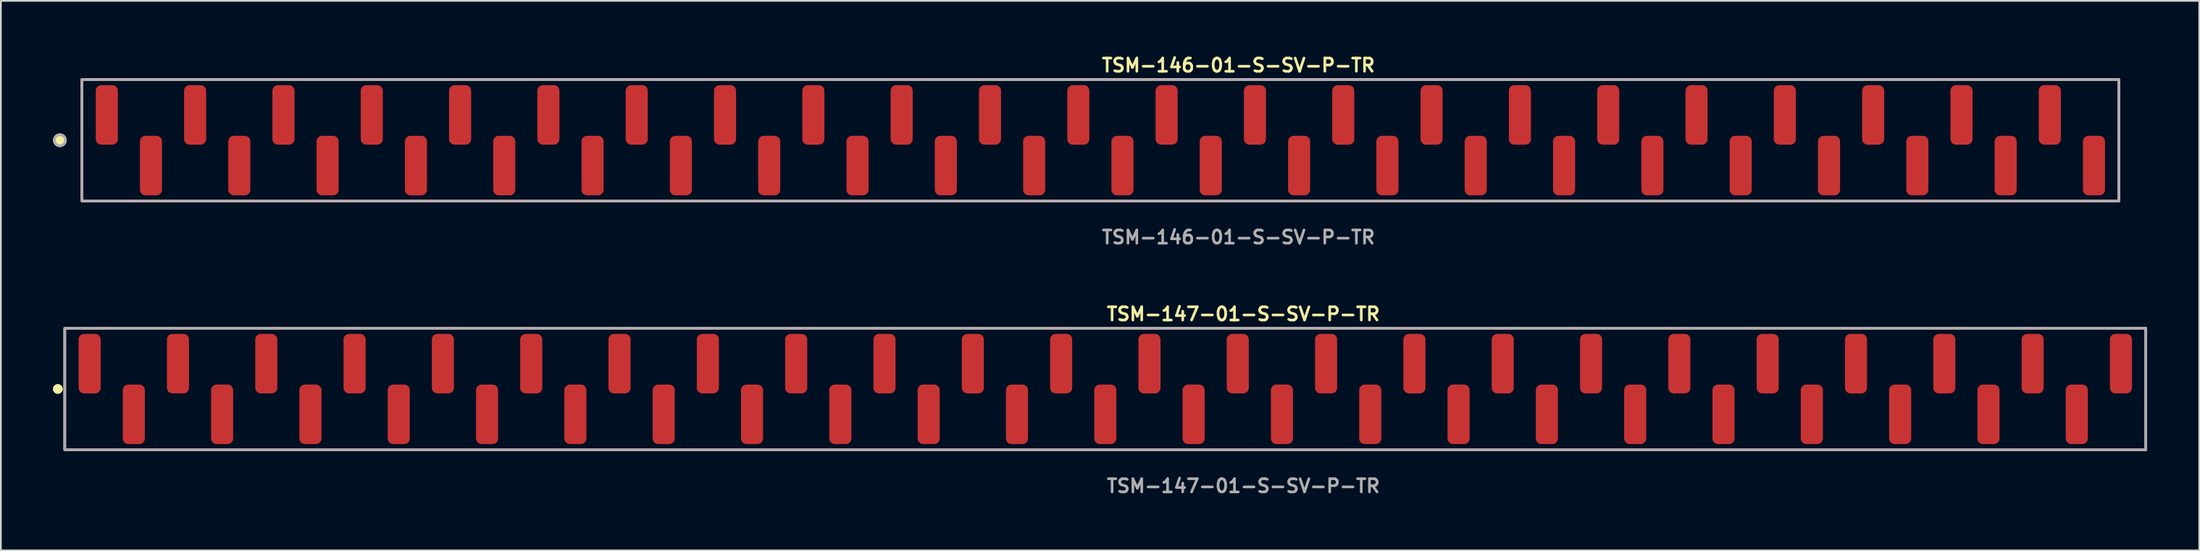
<source format=kicad_pcb>
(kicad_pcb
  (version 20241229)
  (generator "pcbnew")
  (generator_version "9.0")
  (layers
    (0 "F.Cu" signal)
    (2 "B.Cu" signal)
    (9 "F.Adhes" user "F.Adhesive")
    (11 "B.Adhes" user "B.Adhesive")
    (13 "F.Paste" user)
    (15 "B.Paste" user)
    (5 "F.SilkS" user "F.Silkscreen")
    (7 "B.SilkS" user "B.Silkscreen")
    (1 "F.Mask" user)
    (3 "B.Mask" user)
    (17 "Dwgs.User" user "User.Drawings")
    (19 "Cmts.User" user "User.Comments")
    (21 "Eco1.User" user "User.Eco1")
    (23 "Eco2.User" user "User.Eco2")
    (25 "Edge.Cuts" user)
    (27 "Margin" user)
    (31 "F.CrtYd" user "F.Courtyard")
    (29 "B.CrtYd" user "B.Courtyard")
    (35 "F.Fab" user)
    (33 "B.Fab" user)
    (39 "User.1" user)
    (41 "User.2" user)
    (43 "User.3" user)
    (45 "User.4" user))
  (footprint "TSM-147-01-S-SV-P-TR"
    (layer "F.Cu")
    (at 60.526 19.364)
    (property "Reference" "TSM-147-01-S-SV-P-TR" (at 0 -4.318 0) (unlocked yes) (layer "F.SilkS") (effects (font (size 0.762 0.762) (thickness 0.152)) (justify left)))
    (fp_rect (start -59.85 3.5) (end 59.85 -3.5) (stroke (width 0.152) (type solid)) (fill no) (layer "F.SilkS"))
    (fp_circle (center -60.25 0) (end -60.45 0) (stroke (width 0.152) (type solid)) (fill yes) (layer "F.SilkS"))
    (fp_circle (center -60.25 0) (end -60.45 0) (stroke (width 0.152) (type solid)) (fill yes) (layer "F.SilkS"))
    (fp_rect (start -59.85 3.5) (end 59.85 -3.5) (stroke (width 0.006) (type solid)) (fill no) (layer "F.CrtYd"))
    (fp_rect (start -59.85 3.5) (end 59.85 -3.5) (stroke (width 0.152) (type solid)) (fill no) (layer "F.Fab"))
    (fp_text user "${REFERENCE}" (at 0 5.588 0) (unlocked yes) (layer "F.Fab") (effects (font (size 0.762 0.762) (thickness 0.152)) (justify left)))
    (pad "1" smd roundrect (at -58.42 -1.46) (size 1.27 3.43) (layers "F.Cu" "F.Paste") (roundrect_rratio 0.25))
    (pad "2" smd roundrect (at -55.88 1.46) (size 1.27 3.43) (layers "F.Cu" "F.Paste") (roundrect_rratio 0.25))
    (pad "3" smd roundrect (at -53.34 -1.46) (size 1.27 3.43) (layers "F.Cu" "F.Paste") (roundrect_rratio 0.25))
    (pad "4" smd roundrect (at -50.8 1.46) (size 1.27 3.43) (layers "F.Cu" "F.Paste") (roundrect_rratio 0.25))
    (pad "5" smd roundrect (at -48.26 -1.46) (size 1.27 3.43) (layers "F.Cu" "F.Paste") (roundrect_rratio 0.25))
    (pad "6" smd roundrect (at -45.72 1.46) (size 1.27 3.43) (layers "F.Cu" "F.Paste") (roundrect_rratio 0.25))
    (pad "7" smd roundrect (at -43.18 -1.46) (size 1.27 3.43) (layers "F.Cu" "F.Paste") (roundrect_rratio 0.25))
    (pad "8" smd roundrect (at -40.64 1.46) (size 1.27 3.43) (layers "F.Cu" "F.Paste") (roundrect_rratio 0.25))
    (pad "9" smd roundrect (at -38.1 -1.46) (size 1.27 3.43) (layers "F.Cu" "F.Paste") (roundrect_rratio 0.25))
    (pad "10" smd roundrect (at -35.56 1.46) (size 1.27 3.43) (layers "F.Cu" "F.Paste") (roundrect_rratio 0.25))
    (pad "11" smd roundrect (at -33.02 -1.46) (size 1.27 3.43) (layers "F.Cu" "F.Paste") (roundrect_rratio 0.25))
    (pad "12" smd roundrect (at -30.48 1.46) (size 1.27 3.43) (layers "F.Cu" "F.Paste") (roundrect_rratio 0.25))
    (pad "13" smd roundrect (at -27.94 -1.46) (size 1.27 3.43) (layers "F.Cu" "F.Paste") (roundrect_rratio 0.25))
    (pad "14" smd roundrect (at -25.4 1.46) (size 1.27 3.43) (layers "F.Cu" "F.Paste") (roundrect_rratio 0.25))
    (pad "15" smd roundrect (at -22.86 -1.46) (size 1.27 3.43) (layers "F.Cu" "F.Paste") (roundrect_rratio 0.25))
    (pad "16" smd roundrect (at -20.32 1.46) (size 1.27 3.43) (layers "F.Cu" "F.Paste") (roundrect_rratio 0.25))
    (pad "17" smd roundrect (at -17.78 -1.46) (size 1.27 3.43) (layers "F.Cu" "F.Paste") (roundrect_rratio 0.25))
    (pad "18" smd roundrect (at -15.24 1.46) (size 1.27 3.43) (layers "F.Cu" "F.Paste") (roundrect_rratio 0.25))
    (pad "19" smd roundrect (at -12.7 -1.46) (size 1.27 3.43) (layers "F.Cu" "F.Paste") (roundrect_rratio 0.25))
    (pad "20" smd roundrect (at -10.16 1.46) (size 1.27 3.43) (layers "F.Cu" "F.Paste") (roundrect_rratio 0.25))
    (pad "21" smd roundrect (at -7.62 -1.46) (size 1.27 3.43) (layers "F.Cu" "F.Paste") (roundrect_rratio 0.25))
    (pad "22" smd roundrect (at -5.08 1.46) (size 1.27 3.43) (layers "F.Cu" "F.Paste") (roundrect_rratio 0.25))
    (pad "23" smd roundrect (at -2.54 -1.46) (size 1.27 3.43) (layers "F.Cu" "F.Paste") (roundrect_rratio 0.25))
    (pad "24" smd roundrect (at 0 1.46) (size 1.27 3.43) (layers "F.Cu" "F.Paste") (roundrect_rratio 0.25))
    (pad "25" smd roundrect (at 2.54 -1.46) (size 1.27 3.43) (layers "F.Cu" "F.Paste") (roundrect_rratio 0.25))
    (pad "26" smd roundrect (at 5.08 1.46) (size 1.27 3.43) (layers "F.Cu" "F.Paste") (roundrect_rratio 0.25))
    (pad "27" smd roundrect (at 7.62 -1.46) (size 1.27 3.43) (layers "F.Cu" "F.Paste") (roundrect_rratio 0.25))
    (pad "28" smd roundrect (at 10.16 1.46) (size 1.27 3.43) (layers "F.Cu" "F.Paste") (roundrect_rratio 0.25))
    (pad "29" smd roundrect (at 12.7 -1.46) (size 1.27 3.43) (layers "F.Cu" "F.Paste") (roundrect_rratio 0.25))
    (pad "30" smd roundrect (at 15.24 1.46) (size 1.27 3.43) (layers "F.Cu" "F.Paste") (roundrect_rratio 0.25))
    (pad "31" smd roundrect (at 17.78 -1.46) (size 1.27 3.43) (layers "F.Cu" "F.Paste") (roundrect_rratio 0.25))
    (pad "32" smd roundrect (at 20.32 1.46) (size 1.27 3.43) (layers "F.Cu" "F.Paste") (roundrect_rratio 0.25))
    (pad "33" smd roundrect (at 22.86 -1.46) (size 1.27 3.43) (layers "F.Cu" "F.Paste") (roundrect_rratio 0.25))
    (pad "34" smd roundrect (at 25.4 1.46) (size 1.27 3.43) (layers "F.Cu" "F.Paste") (roundrect_rratio 0.25))
    (pad "35" smd roundrect (at 27.94 -1.46) (size 1.27 3.43) (layers "F.Cu" "F.Paste") (roundrect_rratio 0.25))
    (pad "36" smd roundrect (at 30.48 1.46) (size 1.27 3.43) (layers "F.Cu" "F.Paste") (roundrect_rratio 0.25))
    (pad "37" smd roundrect (at 33.02 -1.46) (size 1.27 3.43) (layers "F.Cu" "F.Paste") (roundrect_rratio 0.25))
    (pad "38" smd roundrect (at 35.56 1.46) (size 1.27 3.43) (layers "F.Cu" "F.Paste") (roundrect_rratio 0.25))
    (pad "39" smd roundrect (at 38.1 -1.46) (size 1.27 3.43) (layers "F.Cu" "F.Paste") (roundrect_rratio 0.25))
    (pad "40" smd roundrect (at 40.64 1.46) (size 1.27 3.43) (layers "F.Cu" "F.Paste") (roundrect_rratio 0.25))
    (pad "41" smd roundrect (at 43.18 -1.46) (size 1.27 3.43) (layers "F.Cu" "F.Paste") (roundrect_rratio 0.25))
    (pad "42" smd roundrect (at 45.72 1.46) (size 1.27 3.43) (layers "F.Cu" "F.Paste") (roundrect_rratio 0.25))
    (pad "43" smd roundrect (at 48.26 -1.46) (size 1.27 3.43) (layers "F.Cu" "F.Paste") (roundrect_rratio 0.25))
    (pad "44" smd roundrect (at 50.8 1.46) (size 1.27 3.43) (layers "F.Cu" "F.Paste") (roundrect_rratio 0.25))
    (pad "45" smd roundrect (at 53.34 -1.46) (size 1.27 3.43) (layers "F.Cu" "F.Paste") (roundrect_rratio 0.25))
    (pad "46" smd roundrect (at 55.88 1.46) (size 1.27 3.43) (layers "F.Cu" "F.Paste") (roundrect_rratio 0.25))
    (pad "47" smd roundrect (at 58.42 -1.46) (size 1.27 3.43) (layers "F.Cu" "F.Paste") (roundrect_rratio 0.25)))
  (footprint "TSM-146-01-S-SV-P-TR"
    (layer "F.Cu")
    (at 60.244 5.031)
    (property "Reference" "TSM-146-01-S-SV-P-TR" (at 0 -4.318 0) (unlocked yes) (layer "F.SilkS") (effects (font (size 0.762 0.762) (thickness 0.152)) (justify left)))
    (fp_rect (start -58.58 3.5) (end 58.58 -3.5) (stroke (width 0.152) (type solid)) (fill no) (layer "F.SilkS"))
    (fp_circle (center -59.85 0) (end -60.167 0) (stroke (width 0.152) (type solid)) (fill yes) (layer "F.SilkS"))
    (fp_rect (start -58.58 3.5) (end 58.58 -3.5) (stroke (width 0.006) (type solid)) (fill no) (layer "F.CrtYd"))
    (fp_rect (start -58.58 3.5) (end 58.58 -3.5) (stroke (width 0.152) (type solid)) (fill no) (layer "F.Fab"))
    (fp_circle (center -59.85 0) (end -60.167 0) (stroke (width 0.152) (type solid)) (fill no) (layer "F.Fab"))
    (fp_text user "${REFERENCE}" (at 0 5.588 0) (unlocked yes) (layer "F.Fab") (effects (font (size 0.762 0.762) (thickness 0.152)) (justify left)))
    (pad "1" smd roundrect (at -57.15 -1.46) (size 1.27 3.43) (layers "F.Cu" "F.Paste") (roundrect_rratio 0.25))
    (pad "2" smd roundrect (at -54.61 1.46) (size 1.27 3.43) (layers "F.Cu" "F.Paste") (roundrect_rratio 0.25))
    (pad "3" smd roundrect (at -52.07 -1.46) (size 1.27 3.43) (layers "F.Cu" "F.Paste") (roundrect_rratio 0.25))
    (pad "4" smd roundrect (at -49.53 1.46) (size 1.27 3.43) (layers "F.Cu" "F.Paste") (roundrect_rratio 0.25))
    (pad "5" smd roundrect (at -46.99 -1.46) (size 1.27 3.43) (layers "F.Cu" "F.Paste") (roundrect_rratio 0.25))
    (pad "6" smd roundrect (at -44.45 1.46) (size 1.27 3.43) (layers "F.Cu" "F.Paste") (roundrect_rratio 0.25))
    (pad "7" smd roundrect (at -41.91 -1.46) (size 1.27 3.43) (layers "F.Cu" "F.Paste") (roundrect_rratio 0.25))
    (pad "8" smd roundrect (at -39.37 1.46) (size 1.27 3.43) (layers "F.Cu" "F.Paste") (roundrect_rratio 0.25))
    (pad "9" smd roundrect (at -36.83 -1.46) (size 1.27 3.43) (layers "F.Cu" "F.Paste") (roundrect_rratio 0.25))
    (pad "10" smd roundrect (at -34.29 1.46) (size 1.27 3.43) (layers "F.Cu" "F.Paste") (roundrect_rratio 0.25))
    (pad "11" smd roundrect (at -31.75 -1.46) (size 1.27 3.43) (layers "F.Cu" "F.Paste") (roundrect_rratio 0.25))
    (pad "12" smd roundrect (at -29.21 1.46) (size 1.27 3.43) (layers "F.Cu" "F.Paste") (roundrect_rratio 0.25))
    (pad "13" smd roundrect (at -26.67 -1.46) (size 1.27 3.43) (layers "F.Cu" "F.Paste") (roundrect_rratio 0.25))
    (pad "14" smd roundrect (at -24.13 1.46) (size 1.27 3.43) (layers "F.Cu" "F.Paste") (roundrect_rratio 0.25))
    (pad "15" smd roundrect (at -21.59 -1.46) (size 1.27 3.43) (layers "F.Cu" "F.Paste") (roundrect_rratio 0.25))
    (pad "16" smd roundrect (at -19.05 1.46) (size 1.27 3.43) (layers "F.Cu" "F.Paste") (roundrect_rratio 0.25))
    (pad "17" smd roundrect (at -16.51 -1.46) (size 1.27 3.43) (layers "F.Cu" "F.Paste") (roundrect_rratio 0.25))
    (pad "18" smd roundrect (at -13.97 1.46) (size 1.27 3.43) (layers "F.Cu" "F.Paste") (roundrect_rratio 0.25))
    (pad "19" smd roundrect (at -11.43 -1.46) (size 1.27 3.43) (layers "F.Cu" "F.Paste") (roundrect_rratio 0.25))
    (pad "20" smd roundrect (at -8.89 1.46) (size 1.27 3.43) (layers "F.Cu" "F.Paste") (roundrect_rratio 0.25))
    (pad "21" smd roundrect (at -6.35 -1.46) (size 1.27 3.43) (layers "F.Cu" "F.Paste") (roundrect_rratio 0.25))
    (pad "22" smd roundrect (at -3.81 1.46) (size 1.27 3.43) (layers "F.Cu" "F.Paste") (roundrect_rratio 0.25))
    (pad "23" smd roundrect (at -1.27 -1.46) (size 1.27 3.43) (layers "F.Cu" "F.Paste") (roundrect_rratio 0.25))
    (pad "24" smd roundrect (at 1.27 1.46) (size 1.27 3.43) (layers "F.Cu" "F.Paste") (roundrect_rratio 0.25))
    (pad "25" smd roundrect (at 3.81 -1.46) (size 1.27 3.43) (layers "F.Cu" "F.Paste") (roundrect_rratio 0.25))
    (pad "26" smd roundrect (at 6.35 1.46) (size 1.27 3.43) (layers "F.Cu" "F.Paste") (roundrect_rratio 0.25))
    (pad "27" smd roundrect (at 8.89 -1.46) (size 1.27 3.43) (layers "F.Cu" "F.Paste") (roundrect_rratio 0.25))
    (pad "28" smd roundrect (at 11.43 1.46) (size 1.27 3.43) (layers "F.Cu" "F.Paste") (roundrect_rratio 0.25))
    (pad "29" smd roundrect (at 13.97 -1.46) (size 1.27 3.43) (layers "F.Cu" "F.Paste") (roundrect_rratio 0.25))
    (pad "30" smd roundrect (at 16.51 1.46) (size 1.27 3.43) (layers "F.Cu" "F.Paste") (roundrect_rratio 0.25))
    (pad "31" smd roundrect (at 19.05 -1.46) (size 1.27 3.43) (layers "F.Cu" "F.Paste") (roundrect_rratio 0.25))
    (pad "32" smd roundrect (at 21.59 1.46) (size 1.27 3.43) (layers "F.Cu" "F.Paste") (roundrect_rratio 0.25))
    (pad "33" smd roundrect (at 24.13 -1.46) (size 1.27 3.43) (layers "F.Cu" "F.Paste") (roundrect_rratio 0.25))
    (pad "34" smd roundrect (at 26.67 1.46) (size 1.27 3.43) (layers "F.Cu" "F.Paste") (roundrect_rratio 0.25))
    (pad "35" smd roundrect (at 29.21 -1.46) (size 1.27 3.43) (layers "F.Cu" "F.Paste") (roundrect_rratio 0.25))
    (pad "36" smd roundrect (at 31.75 1.46) (size 1.27 3.43) (layers "F.Cu" "F.Paste") (roundrect_rratio 0.25))
    (pad "37" smd roundrect (at 34.29 -1.46) (size 1.27 3.43) (layers "F.Cu" "F.Paste") (roundrect_rratio 0.25))
    (pad "38" smd roundrect (at 36.83 1.46) (size 1.27 3.43) (layers "F.Cu" "F.Paste") (roundrect_rratio 0.25))
    (pad "39" smd roundrect (at 39.37 -1.46) (size 1.27 3.43) (layers "F.Cu" "F.Paste") (roundrect_rratio 0.25))
    (pad "40" smd roundrect (at 41.91 1.46) (size 1.27 3.43) (layers "F.Cu" "F.Paste") (roundrect_rratio 0.25))
    (pad "41" smd roundrect (at 44.45 -1.46) (size 1.27 3.43) (layers "F.Cu" "F.Paste") (roundrect_rratio 0.25))
    (pad "42" smd roundrect (at 46.99 1.46) (size 1.27 3.43) (layers "F.Cu" "F.Paste") (roundrect_rratio 0.25))
    (pad "43" smd roundrect (at 49.53 -1.46) (size 1.27 3.43) (layers "F.Cu" "F.Paste") (roundrect_rratio 0.25))
    (pad "44" smd roundrect (at 52.07 1.46) (size 1.27 3.43) (layers "F.Cu" "F.Paste") (roundrect_rratio 0.25))
    (pad "45" smd roundrect (at 54.61 -1.46) (size 1.27 3.43) (layers "F.Cu" "F.Paste") (roundrect_rratio 0.25))
    (pad "46" smd roundrect (at 57.15 1.46) (size 1.27 3.43) (layers "F.Cu" "F.Paste") (roundrect_rratio 0.25)))
  (gr_rect
    (start -3 -3)
    (end 123.452 28.665)
    (stroke (width 0.1) (type default))
    (fill no)
    (layer "Edge.Cuts")))
</source>
